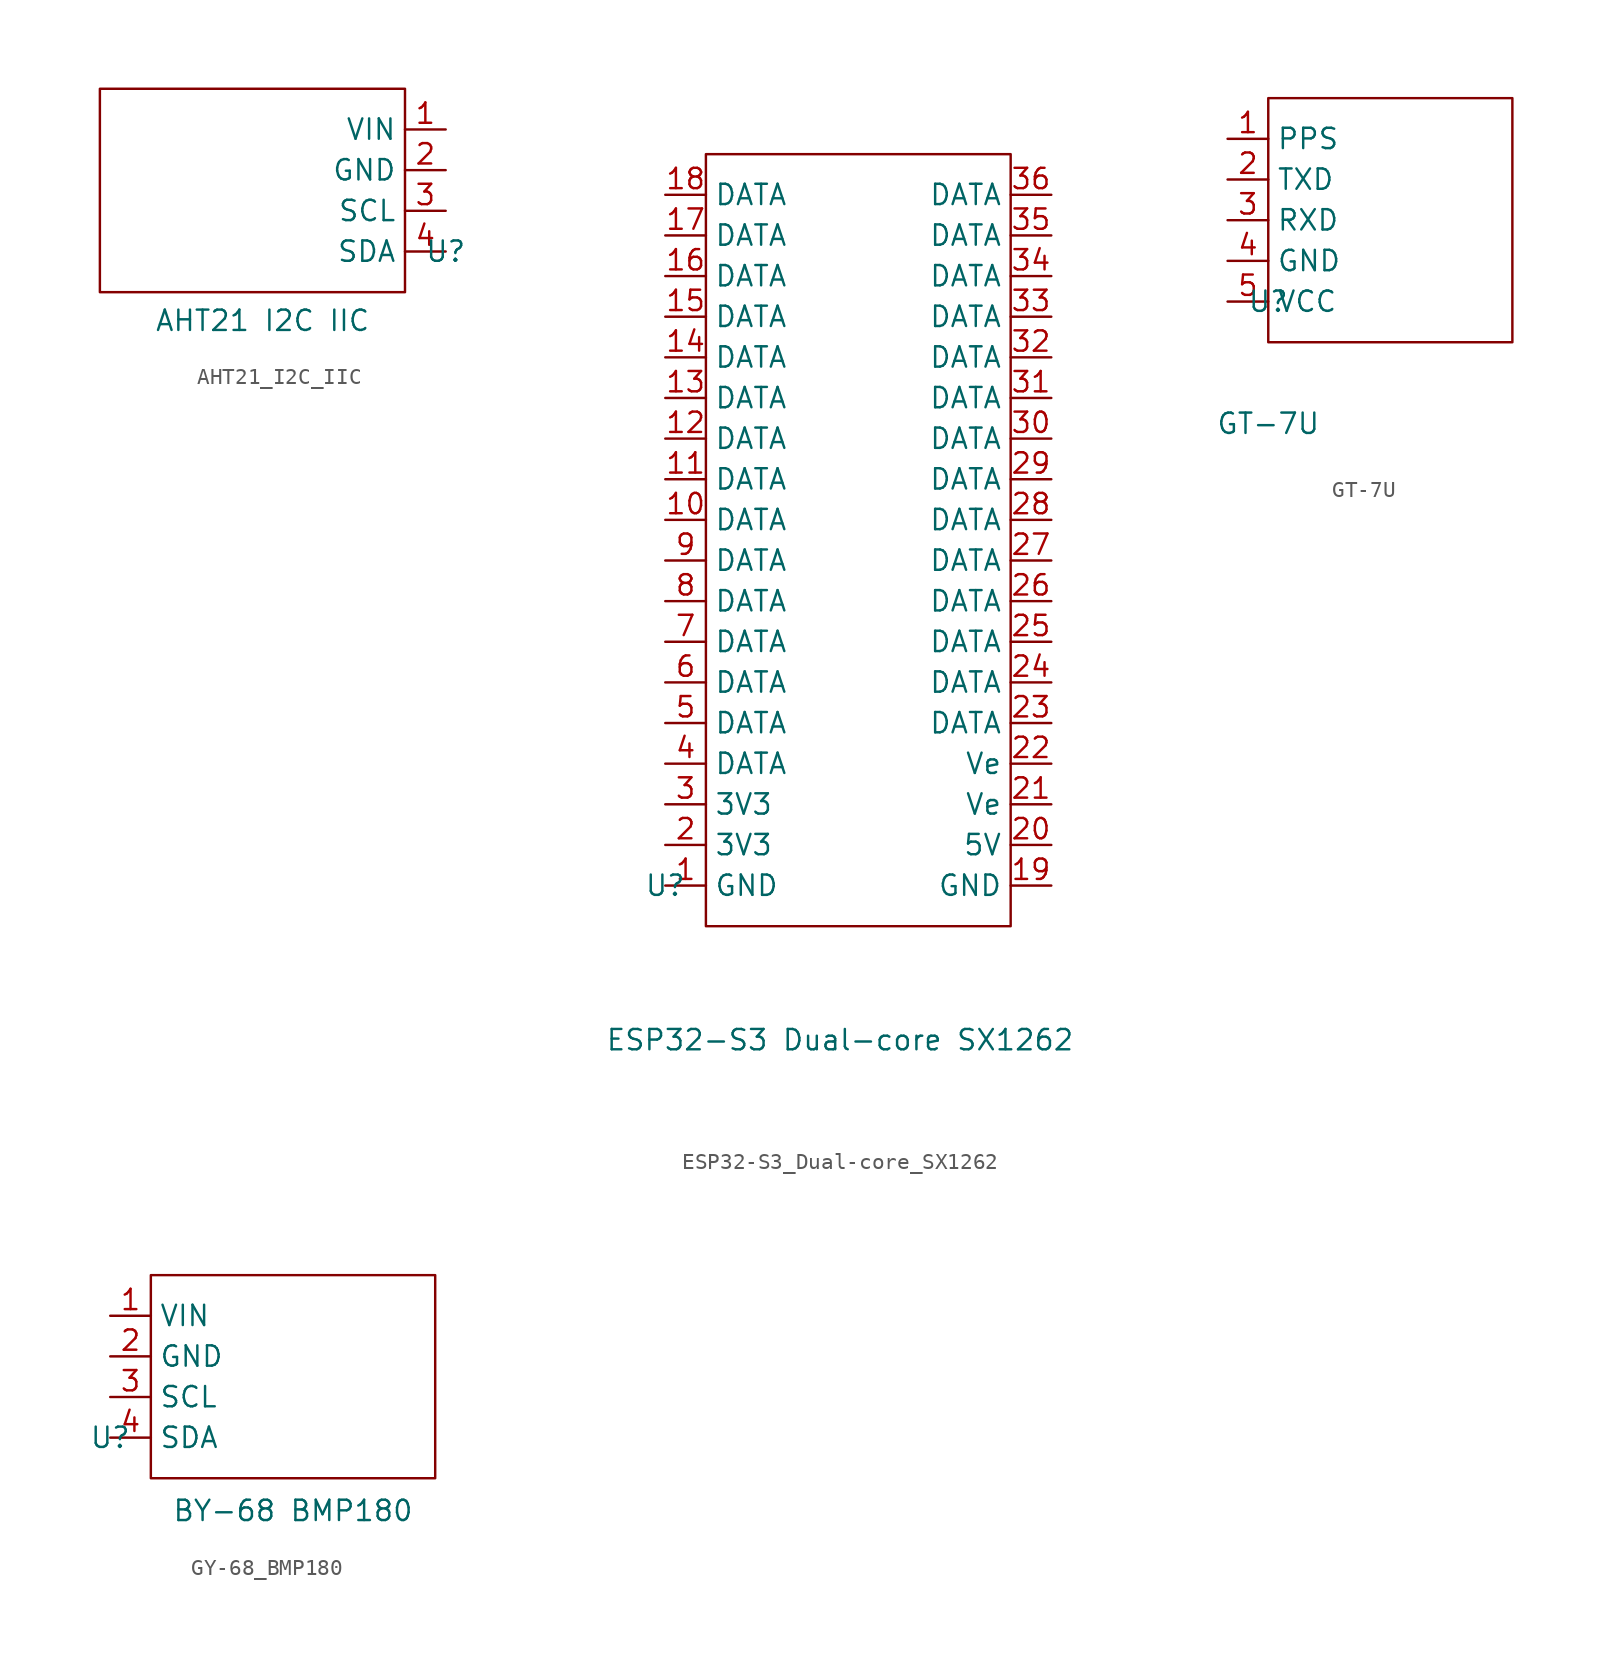
<source format=kicad_sym>
(kicad_symbol_lib
  (version 20231120)
  (generator "kicad_symbol_editor")
  (generator_version "8.0")
  (symbol "AHT21_I2C_IIC"
    (property "Reference" "U"
      (at 0 0 0)
      (effects (font (size 1.27 1.27))))
    (property "Value" "AHT21 I2C IIC"
      (at -11.43 -4.318 0)
      (effects (font (size 1.27 1.27))))
    (symbol "AHT21_I2C_IIC_0_1"
      (rectangle (start -2.54 10.16) (end -21.59 -2.54) (stroke (width 0) (type default)) (fill (type none))))
    (symbol "AHT21_I2C_IIC_1_1"
      (pin power_in line (at 0 7.62 180) (length 2.54) (name "VIN" (effects (font (size 1.27 1.27)))) (number "1" (effects (font (size 1.27 1.27)))))
      (pin power_in line (at 0 5.08 180) (length 2.54) (name "GND" (effects (font (size 1.27 1.27)))) (number "2" (effects (font (size 1.27 1.27)))))
      (pin bidirectional line (at 0 2.54 180) (length 2.54) (name "SCL" (effects (font (size 1.27 1.27)))) (number "3" (effects (font (size 1.27 1.27)))))
      (pin bidirectional line (at 0 0 180) (length 2.54) (name "SDA" (effects (font (size 1.27 1.27)))) (number "4" (effects (font (size 1.27 1.27)))))))
  (symbol "ESP32-S3_Dual-core_SX1262"
    (property "Reference" "U"
      (at 0 0 0)
      (effects (font (size 1.27 1.27))))
    (property "Value" "ESP32-S3 Dual-core SX1262"
      (at 10.922 -9.652 0)
      (effects (font (size 1.27 1.27))))
    (symbol "ESP32-S3_Dual-core_SX1262_0_1"
      (rectangle (start 2.54 45.72) (end 21.59 -2.54) (stroke (width 0) (type default)) (fill (type none))))
    (symbol "ESP32-S3_Dual-core_SX1262_1_1"
      (pin power_in line (at 0 0 0) (length 2.54) (name "GND" (effects (font (size 1.27 1.27)))) (number "1" (effects (font (size 1.27 1.27)))))
      (pin bidirectional line (at 0 22.86 0) (length 2.54) (name "DATA" (effects (font (size 1.27 1.27)))) (number "10" (effects (font (size 1.27 1.27)))))
      (pin bidirectional line (at 0 25.4 0) (length 2.54) (name "DATA" (effects (font (size 1.27 1.27)))) (number "11" (effects (font (size 1.27 1.27)))))
      (pin bidirectional line (at 0 27.94 0) (length 2.54) (name "DATA" (effects (font (size 1.27 1.27)))) (number "12" (effects (font (size 1.27 1.27)))))
      (pin bidirectional line (at 0 30.48 0) (length 2.54) (name "DATA" (effects (font (size 1.27 1.27)))) (number "13" (effects (font (size 1.27 1.27)))))
      (pin bidirectional line (at 0 33.02 0) (length 2.54) (name "DATA" (effects (font (size 1.27 1.27)))) (number "14" (effects (font (size 1.27 1.27)))))
      (pin bidirectional line (at 0 35.56 0) (length 2.54) (name "DATA" (effects (font (size 1.27 1.27)))) (number "15" (effects (font (size 1.27 1.27)))))
      (pin bidirectional line (at 0 38.1 0) (length 2.54) (name "DATA" (effects (font (size 1.27 1.27)))) (number "16" (effects (font (size 1.27 1.27)))))
      (pin bidirectional line (at 0 40.64 0) (length 2.54) (name "DATA" (effects (font (size 1.27 1.27)))) (number "17" (effects (font (size 1.27 1.27)))))
      (pin bidirectional line (at 0 43.18 0) (length 2.54) (name "DATA" (effects (font (size 1.27 1.27)))) (number "18" (effects (font (size 1.27 1.27)))))
      (pin power_in line (at 24.13 0 180) (length 2.54) (name "GND" (effects (font (size 1.27 1.27)))) (number "19" (effects (font (size 1.27 1.27)))))
      (pin power_in line (at 0 2.54 0) (length 2.54) (name "3V3" (effects (font (size 1.27 1.27)))) (number "2" (effects (font (size 1.27 1.27)))))
      (pin power_in line (at 24.13 2.54 180) (length 2.54) (name "5V" (effects (font (size 1.27 1.27)))) (number "20" (effects (font (size 1.27 1.27)))))
      (pin power_in line (at 24.13 5.08 180) (length 2.54) (name "Ve" (effects (font (size 1.27 1.27)))) (number "21" (effects (font (size 1.27 1.27)))))
      (pin power_in line (at 24.13 7.62 180) (length 2.54) (name "Ve" (effects (font (size 1.27 1.27)))) (number "22" (effects (font (size 1.27 1.27)))))
      (pin power_in line (at 24.13 10.16 180) (length 2.54) (name "DATA" (effects (font (size 1.27 1.27)))) (number "23" (effects (font (size 1.27 1.27)))))
      (pin power_in line (at 24.13 12.7 180) (length 2.54) (name "DATA" (effects (font (size 1.27 1.27)))) (number "24" (effects (font (size 1.27 1.27)))))
      (pin power_in line (at 24.13 15.24 180) (length 2.54) (name "DATA" (effects (font (size 1.27 1.27)))) (number "25" (effects (font (size 1.27 1.27)))))
      (pin power_in line (at 24.13 17.78 180) (length 2.54) (name "DATA" (effects (font (size 1.27 1.27)))) (number "26" (effects (font (size 1.27 1.27)))))
      (pin power_in line (at 24.13 20.32 180) (length 2.54) (name "DATA" (effects (font (size 1.27 1.27)))) (number "27" (effects (font (size 1.27 1.27)))))
      (pin power_in line (at 24.13 22.86 180) (length 2.54) (name "DATA" (effects (font (size 1.27 1.27)))) (number "28" (effects (font (size 1.27 1.27)))))
      (pin power_in line (at 24.13 25.4 180) (length 2.54) (name "DATA" (effects (font (size 1.27 1.27)))) (number "29" (effects (font (size 1.27 1.27)))))
      (pin power_in line (at 0 5.08 0) (length 2.54) (name "3V3" (effects (font (size 1.27 1.27)))) (number "3" (effects (font (size 1.27 1.27)))))
      (pin power_in line (at 24.13 27.94 180) (length 2.54) (name "DATA" (effects (font (size 1.27 1.27)))) (number "30" (effects (font (size 1.27 1.27)))))
      (pin power_in line (at 24.13 30.48 180) (length 2.54) (name "DATA" (effects (font (size 1.27 1.27)))) (number "31" (effects (font (size 1.27 1.27)))))
      (pin power_in line (at 24.13 33.02 180) (length 2.54) (name "DATA" (effects (font (size 1.27 1.27)))) (number "32" (effects (font (size 1.27 1.27)))))
      (pin power_in line (at 24.13 35.56 180) (length 2.54) (name "DATA" (effects (font (size 1.27 1.27)))) (number "33" (effects (font (size 1.27 1.27)))))
      (pin power_in line (at 24.13 38.1 180) (length 2.54) (name "DATA" (effects (font (size 1.27 1.27)))) (number "34" (effects (font (size 1.27 1.27)))))
      (pin power_in line (at 24.13 40.64 180) (length 2.54) (name "DATA" (effects (font (size 1.27 1.27)))) (number "35" (effects (font (size 1.27 1.27)))))
      (pin power_in line (at 24.13 43.18 180) (length 2.54) (name "DATA" (effects (font (size 1.27 1.27)))) (number "36" (effects (font (size 1.27 1.27)))))
      (pin bidirectional line (at 0 7.62 0) (length 2.54) (name "DATA" (effects (font (size 1.27 1.27)))) (number "4" (effects (font (size 1.27 1.27)))))
      (pin bidirectional line (at 0 10.16 0) (length 2.54) (name "DATA" (effects (font (size 1.27 1.27)))) (number "5" (effects (font (size 1.27 1.27)))))
      (pin bidirectional line (at 0 12.7 0) (length 2.54) (name "DATA" (effects (font (size 1.27 1.27)))) (number "6" (effects (font (size 1.27 1.27)))))
      (pin bidirectional line (at 0 15.24 0) (length 2.54) (name "DATA" (effects (font (size 1.27 1.27)))) (number "7" (effects (font (size 1.27 1.27)))))
      (pin bidirectional line (at 0 17.78 0) (length 2.54) (name "DATA" (effects (font (size 1.27 1.27)))) (number "8" (effects (font (size 1.27 1.27)))))
      (pin bidirectional line (at 0 20.32 0) (length 2.54) (name "DATA" (effects (font (size 1.27 1.27)))) (number "9" (effects (font (size 1.27 1.27)))))))
  (symbol "GT-7U"
    (property "Reference" "U"
      (at 0 0 0)
      (effects (font (size 1.27 1.27))))
    (property "Value" "GT-7U"
      (at 0 -7.62 0)
      (effects (font (size 1.27 1.27))))
    (symbol "GT-7U_0_1"
      (rectangle (start 0 12.7) (end 15.24 -2.54) (stroke (width 0) (type default)) (fill (type none))))
    (symbol "GT-7U_1_1"
      (pin bidirectional line (at -2.54 10.16 0) (length 2.54) (name "PPS" (effects (font (size 1.27 1.27)))) (number "1" (effects (font (size 1.27 1.27)))))
      (pin bidirectional line (at -2.54 7.62 0) (length 2.54) (name "TXD" (effects (font (size 1.27 1.27)))) (number "2" (effects (font (size 1.27 1.27)))))
      (pin bidirectional line (at -2.54 5.08 0) (length 2.54) (name "RXD" (effects (font (size 1.27 1.27)))) (number "3" (effects (font (size 1.27 1.27)))))
      (pin power_in line (at -2.54 2.54 0) (length 2.54) (name "GND" (effects (font (size 1.27 1.27)))) (number "4" (effects (font (size 1.27 1.27)))))
      (pin power_in line (at -2.54 0 0) (length 2.54) (name "VCC" (effects (font (size 1.27 1.27)))) (number "5" (effects (font (size 1.27 1.27)))))))
  (symbol "GY-68_BMP180"
    (property "Reference" "U"
      (at 0 0 0)
      (effects (font (size 1.27 1.27))))
    (property "Value" "BY-68 BMP180"
      (at 11.43 -4.572 0)
      (effects (font (size 1.27 1.27))))
    (symbol "GY-68_BMP180_0_1"
      (rectangle (start 2.54 10.16) (end 20.32 -2.54) (stroke (width 0) (type default)) (fill (type none))))
    (symbol "GY-68_BMP180_1_1"
      (pin power_in line (at 0 7.62 0) (length 2.54) (name "VIN" (effects (font (size 1.27 1.27)))) (number "1" (effects (font (size 1.27 1.27)))))
      (pin power_in line (at 0 5.08 0) (length 2.54) (name "GND" (effects (font (size 1.27 1.27)))) (number "2" (effects (font (size 1.27 1.27)))))
      (pin bidirectional line (at 0 2.54 0) (length 2.54) (name "SCL" (effects (font (size 1.27 1.27)))) (number "3" (effects (font (size 1.27 1.27)))))
      (pin bidirectional line (at 0 0 0) (length 2.54) (name "SDA" (effects (font (size 1.27 1.27)))) (number "4" (effects (font (size 1.27 1.27))))))))
</source>
